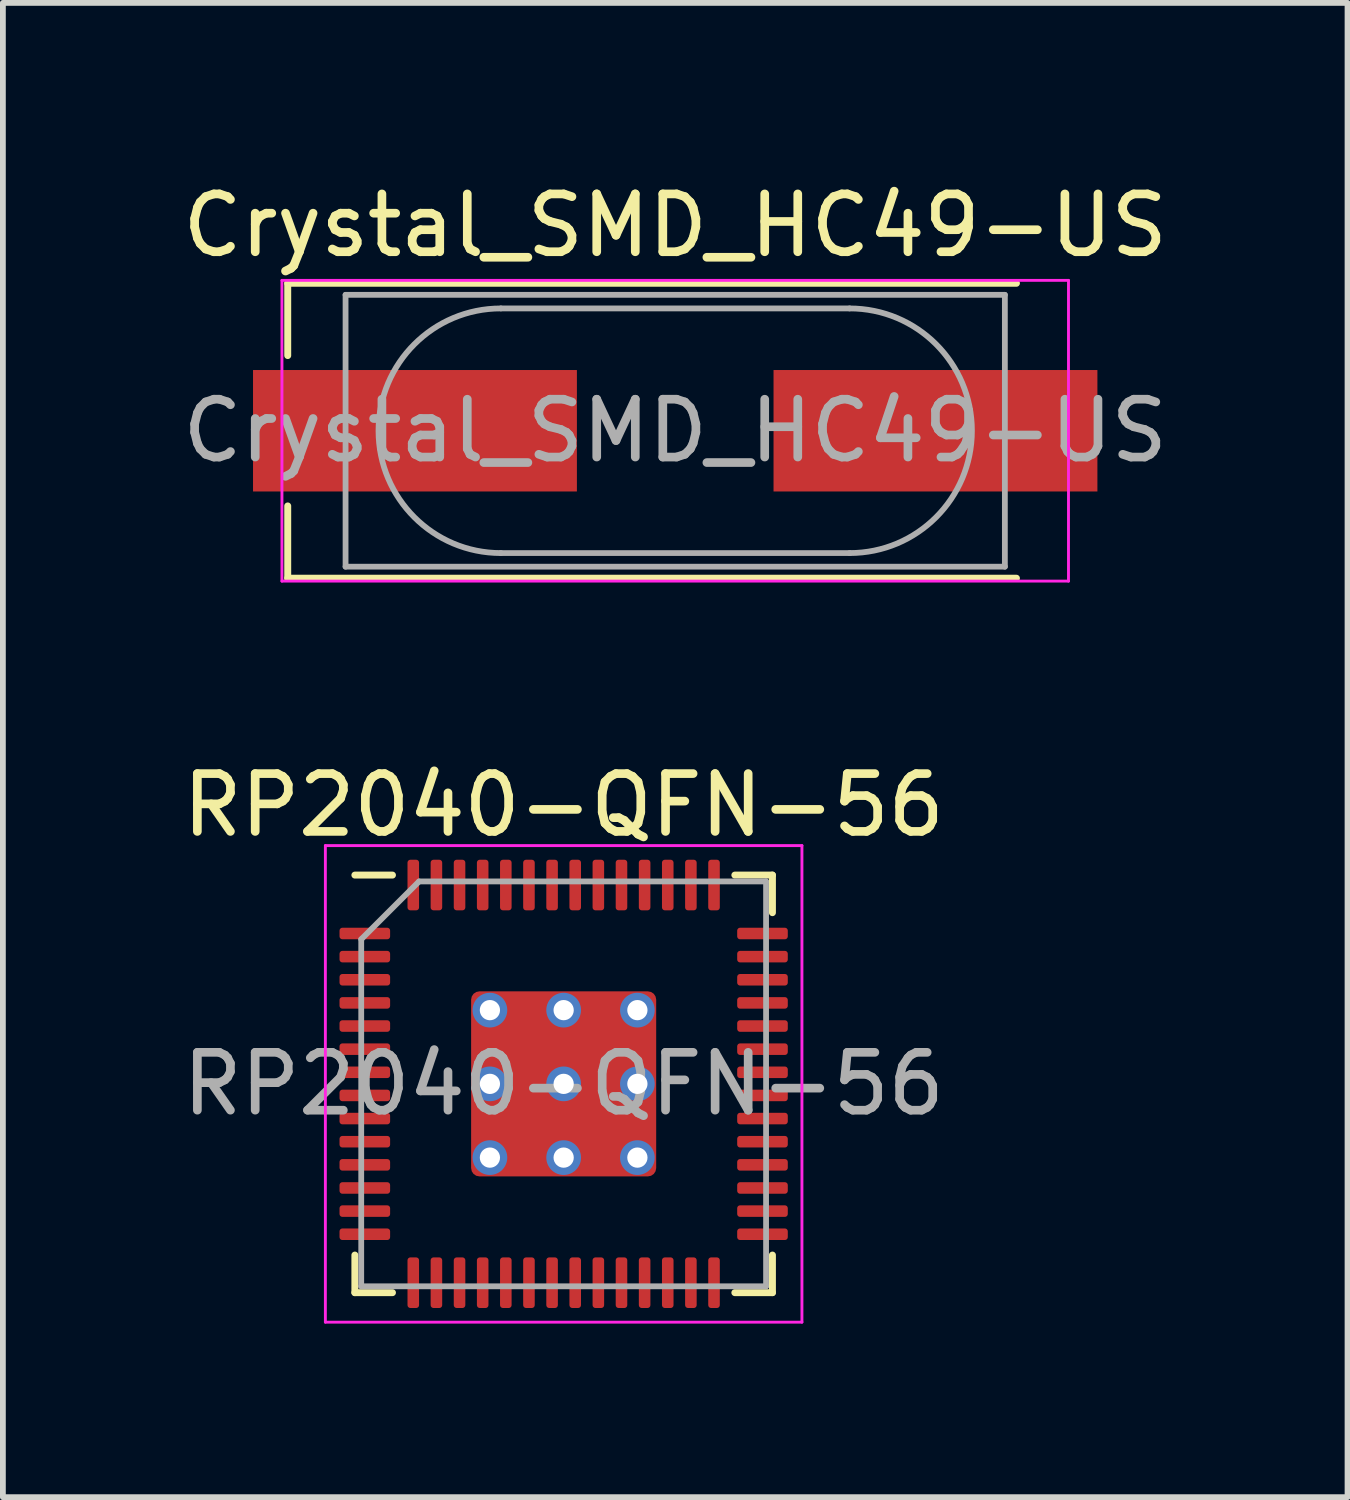
<source format=kicad_pcb>
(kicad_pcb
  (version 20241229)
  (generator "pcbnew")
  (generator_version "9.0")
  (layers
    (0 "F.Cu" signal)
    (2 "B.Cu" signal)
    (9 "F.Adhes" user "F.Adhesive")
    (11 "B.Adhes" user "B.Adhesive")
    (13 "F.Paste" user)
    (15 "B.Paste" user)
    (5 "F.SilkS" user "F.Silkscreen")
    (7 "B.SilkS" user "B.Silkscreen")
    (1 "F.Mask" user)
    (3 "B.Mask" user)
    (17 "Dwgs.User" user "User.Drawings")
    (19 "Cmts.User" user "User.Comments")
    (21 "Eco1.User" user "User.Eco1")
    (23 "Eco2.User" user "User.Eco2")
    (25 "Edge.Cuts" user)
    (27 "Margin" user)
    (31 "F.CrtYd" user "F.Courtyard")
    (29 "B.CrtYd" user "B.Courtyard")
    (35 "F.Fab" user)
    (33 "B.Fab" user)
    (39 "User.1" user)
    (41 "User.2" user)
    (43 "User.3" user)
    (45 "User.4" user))
  (footprint "Crystal_SMD_HC49-US"
    (layer "F.Cu")
    (at 8.625 4.398)
    (property "Reference" "Crystal_SMD_HC49-US" (at 0 -3.55 0) (layer "F.SilkS") (effects (font (size 1 1) (thickness 0.15))))
    (attr smd)
    (fp_line (start -6.7 -2.55) (end -6.7 -1.3) (stroke (width 0.12) (type solid)) (layer "F.SilkS"))
    (fp_line (start -6.7 1.3) (end -6.7 2.55) (stroke (width 0.12) (type solid)) (layer "F.SilkS"))
    (fp_line (start -6.7 2.55) (end 5.9 2.55) (stroke (width 0.12) (type solid)) (layer "F.SilkS"))
    (fp_line (start 5.9 -2.55) (end -6.7 -2.55) (stroke (width 0.12) (type solid)) (layer "F.SilkS"))
    (fp_line (start -6.8 -2.6) (end -6.8 2.6) (stroke (width 0.05) (type solid)) (layer "F.CrtYd"))
    (fp_line (start -6.8 2.6) (end 6.8 2.6) (stroke (width 0.05) (type solid)) (layer "F.CrtYd"))
    (fp_line (start 6.8 -2.6) (end -6.8 -2.6) (stroke (width 0.05) (type solid)) (layer "F.CrtYd"))
    (fp_line (start 6.8 2.6) (end 6.8 -2.6) (stroke (width 0.05) (type solid)) (layer "F.CrtYd"))
    (fp_line (start -5.7 -2.35) (end -5.7 2.35) (stroke (width 0.1) (type solid)) (layer "F.Fab"))
    (fp_line (start -5.7 2.35) (end 5.7 2.35) (stroke (width 0.1) (type solid)) (layer "F.Fab"))
    (fp_line (start -3.015 -2.115) (end 3.015 -2.115) (stroke (width 0.1) (type solid)) (layer "F.Fab"))
    (fp_line (start -3.015 2.115) (end 3.015 2.115) (stroke (width 0.1) (type solid)) (layer "F.Fab"))
    (fp_line (start 5.7 -2.35) (end -5.7 -2.35) (stroke (width 0.1) (type solid)) (layer "F.Fab"))
    (fp_line (start 5.7 2.35) (end 5.7 -2.35) (stroke (width 0.1) (type solid)) (layer "F.Fab"))
    (fp_arc (start -3.015 2.115) (mid -5.13 0) (end -3.015 -2.115) (stroke (width 0.1) (type solid)) (layer "F.Fab"))
    (fp_arc (start 3.015 -2.115) (mid 5.13 0) (end 3.015 2.115) (stroke (width 0.1) (type solid)) (layer "F.Fab"))
    (fp_text user "${REFERENCE}" (at 0 0 0) (layer "F.Fab") (effects (font (size 1 1) (thickness 0.15))))
    (pad "1" smd rect (at -4.5 0) (size 5.6 2.1) (layers "F.Cu" "F.Mask" "F.Paste"))
    (pad "2" smd rect (at 4.5 0) (size 5.6 2.1) (layers "F.Cu" "F.Mask" "F.Paste")))
  (footprint "RP2040-QFN-56"
    (layer "F.Cu")
    (at 6.696 15.691)
    (property "Reference" "RP2040-QFN-56" (at 0 -4.82 0) (layer "F.SilkS") (effects (font (size 1 1) (thickness 0.15))))
    (attr smd)
    (fp_line (start -3.61 3.61) (end -3.61 2.96) (stroke (width 0.12) (type solid)) (layer "F.SilkS"))
    (fp_line (start -2.96 -3.61) (end -3.61 -3.61) (stroke (width 0.12) (type solid)) (layer "F.SilkS"))
    (fp_line (start -2.96 3.61) (end -3.61 3.61) (stroke (width 0.12) (type solid)) (layer "F.SilkS"))
    (fp_line (start 2.96 -3.61) (end 3.61 -3.61) (stroke (width 0.12) (type solid)) (layer "F.SilkS"))
    (fp_line (start 2.96 3.61) (end 3.61 3.61) (stroke (width 0.12) (type solid)) (layer "F.SilkS"))
    (fp_line (start 3.61 -3.61) (end 3.61 -2.96) (stroke (width 0.12) (type solid)) (layer "F.SilkS"))
    (fp_line (start 3.61 3.61) (end 3.61 2.96) (stroke (width 0.12) (type solid)) (layer "F.SilkS"))
    (fp_line (start -4.12 -4.12) (end -4.12 4.12) (stroke (width 0.05) (type solid)) (layer "F.CrtYd"))
    (fp_line (start -4.12 4.12) (end 4.12 4.12) (stroke (width 0.05) (type solid)) (layer "F.CrtYd"))
    (fp_line (start 4.12 -4.12) (end -4.12 -4.12) (stroke (width 0.05) (type solid)) (layer "F.CrtYd"))
    (fp_line (start 4.12 4.12) (end 4.12 -4.12) (stroke (width 0.05) (type solid)) (layer "F.CrtYd"))
    (fp_line (start -3.5 -2.5) (end -2.5 -3.5) (stroke (width 0.1) (type solid)) (layer "F.Fab"))
    (fp_line (start -3.5 3.5) (end -3.5 -2.5) (stroke (width 0.1) (type solid)) (layer "F.Fab"))
    (fp_line (start -2.5 -3.5) (end 3.5 -3.5) (stroke (width 0.1) (type solid)) (layer "F.Fab"))
    (fp_line (start 3.5 -3.5) (end 3.5 3.5) (stroke (width 0.1) (type solid)) (layer "F.Fab"))
    (fp_line (start 3.5 3.5) (end -3.5 3.5) (stroke (width 0.1) (type solid)) (layer "F.Fab"))
    (fp_text user "${REFERENCE}" (at 0 0 0) (layer "F.Fab") (effects (font (size 1 1) (thickness 0.15))))
    (pad "" smd roundrect (at -0.637 -0.637) (size 1.084 1.084) (layers "F.Paste") (roundrect_rratio 0.231))
    (pad "" smd roundrect (at -0.637 0.637) (size 1.084 1.084) (layers "F.Paste") (roundrect_rratio 0.231))
    (pad "" smd roundrect (at 0.637 -0.637) (size 1.084 1.084) (layers "F.Paste") (roundrect_rratio 0.231))
    (pad "" smd roundrect (at 0.637 0.637) (size 1.084 1.084) (layers "F.Paste") (roundrect_rratio 0.231))
    (pad "1" smd roundrect (at -3.438 -2.6) (size 0.875 0.2) (layers "F.Cu" "F.Mask" "F.Paste") (roundrect_rratio 0.25))
    (pad "2" smd roundrect (at -3.438 -2.2) (size 0.875 0.2) (layers "F.Cu" "F.Mask" "F.Paste") (roundrect_rratio 0.25))
    (pad "3" smd roundrect (at -3.438 -1.8) (size 0.875 0.2) (layers "F.Cu" "F.Mask" "F.Paste") (roundrect_rratio 0.25))
    (pad "4" smd roundrect (at -3.438 -1.4) (size 0.875 0.2) (layers "F.Cu" "F.Mask" "F.Paste") (roundrect_rratio 0.25))
    (pad "5" smd roundrect (at -3.438 -1) (size 0.875 0.2) (layers "F.Cu" "F.Mask" "F.Paste") (roundrect_rratio 0.25))
    (pad "6" smd roundrect (at -3.438 -0.6) (size 0.875 0.2) (layers "F.Cu" "F.Mask" "F.Paste") (roundrect_rratio 0.25))
    (pad "7" smd roundrect (at -3.438 -0.2) (size 0.875 0.2) (layers "F.Cu" "F.Mask" "F.Paste") (roundrect_rratio 0.25))
    (pad "8" smd roundrect (at -3.438 0.2) (size 0.875 0.2) (layers "F.Cu" "F.Mask" "F.Paste") (roundrect_rratio 0.25))
    (pad "9" smd roundrect (at -3.438 0.6) (size 0.875 0.2) (layers "F.Cu" "F.Mask" "F.Paste") (roundrect_rratio 0.25))
    (pad "10" smd roundrect (at -3.438 1) (size 0.875 0.2) (layers "F.Cu" "F.Mask" "F.Paste") (roundrect_rratio 0.25))
    (pad "11" smd roundrect (at -3.438 1.4) (size 0.875 0.2) (layers "F.Cu" "F.Mask" "F.Paste") (roundrect_rratio 0.25))
    (pad "12" smd roundrect (at -3.438 1.8) (size 0.875 0.2) (layers "F.Cu" "F.Mask" "F.Paste") (roundrect_rratio 0.25))
    (pad "13" smd roundrect (at -3.438 2.2) (size 0.875 0.2) (layers "F.Cu" "F.Mask" "F.Paste") (roundrect_rratio 0.25))
    (pad "14" smd roundrect (at -3.438 2.6) (size 0.875 0.2) (layers "F.Cu" "F.Mask" "F.Paste") (roundrect_rratio 0.25))
    (pad "15" smd roundrect (at -2.6 3.438) (size 0.2 0.875) (layers "F.Cu" "F.Mask" "F.Paste") (roundrect_rratio 0.25))
    (pad "16" smd roundrect (at -2.2 3.438) (size 0.2 0.875) (layers "F.Cu" "F.Mask" "F.Paste") (roundrect_rratio 0.25))
    (pad "17" smd roundrect (at -1.8 3.438) (size 0.2 0.875) (layers "F.Cu" "F.Mask" "F.Paste") (roundrect_rratio 0.25))
    (pad "18" smd roundrect (at -1.4 3.438) (size 0.2 0.875) (layers "F.Cu" "F.Mask" "F.Paste") (roundrect_rratio 0.25))
    (pad "19" smd roundrect (at -1 3.438) (size 0.2 0.875) (layers "F.Cu" "F.Mask" "F.Paste") (roundrect_rratio 0.25))
    (pad "20" smd roundrect (at -0.6 3.438) (size 0.2 0.875) (layers "F.Cu" "F.Mask" "F.Paste") (roundrect_rratio 0.25))
    (pad "21" smd roundrect (at -0.2 3.438) (size 0.2 0.875) (layers "F.Cu" "F.Mask" "F.Paste") (roundrect_rratio 0.25))
    (pad "22" smd roundrect (at 0.2 3.438) (size 0.2 0.875) (layers "F.Cu" "F.Mask" "F.Paste") (roundrect_rratio 0.25))
    (pad "23" smd roundrect (at 0.6 3.438) (size 0.2 0.875) (layers "F.Cu" "F.Mask" "F.Paste") (roundrect_rratio 0.25))
    (pad "24" smd roundrect (at 1 3.438) (size 0.2 0.875) (layers "F.Cu" "F.Mask" "F.Paste") (roundrect_rratio 0.25))
    (pad "25" smd roundrect (at 1.4 3.438) (size 0.2 0.875) (layers "F.Cu" "F.Mask" "F.Paste") (roundrect_rratio 0.25))
    (pad "26" smd roundrect (at 1.8 3.438) (size 0.2 0.875) (layers "F.Cu" "F.Mask" "F.Paste") (roundrect_rratio 0.25))
    (pad "27" smd roundrect (at 2.2 3.438) (size 0.2 0.875) (layers "F.Cu" "F.Mask" "F.Paste") (roundrect_rratio 0.25))
    (pad "28" smd roundrect (at 2.6 3.438) (size 0.2 0.875) (layers "F.Cu" "F.Mask" "F.Paste") (roundrect_rratio 0.25))
    (pad "29" smd roundrect (at 3.438 2.6) (size 0.875 0.2) (layers "F.Cu" "F.Mask" "F.Paste") (roundrect_rratio 0.25))
    (pad "30" smd roundrect (at 3.438 2.2) (size 0.875 0.2) (layers "F.Cu" "F.Mask" "F.Paste") (roundrect_rratio 0.25))
    (pad "31" smd roundrect (at 3.438 1.8) (size 0.875 0.2) (layers "F.Cu" "F.Mask" "F.Paste") (roundrect_rratio 0.25))
    (pad "32" smd roundrect (at 3.438 1.4) (size 0.875 0.2) (layers "F.Cu" "F.Mask" "F.Paste") (roundrect_rratio 0.25))
    (pad "33" smd roundrect (at 3.438 1) (size 0.875 0.2) (layers "F.Cu" "F.Mask" "F.Paste") (roundrect_rratio 0.25))
    (pad "34" smd roundrect (at 3.438 0.6) (size 0.875 0.2) (layers "F.Cu" "F.Mask" "F.Paste") (roundrect_rratio 0.25))
    (pad "35" smd roundrect (at 3.438 0.2) (size 0.875 0.2) (layers "F.Cu" "F.Mask" "F.Paste") (roundrect_rratio 0.25))
    (pad "36" smd roundrect (at 3.438 -0.2) (size 0.875 0.2) (layers "F.Cu" "F.Mask" "F.Paste") (roundrect_rratio 0.25))
    (pad "37" smd roundrect (at 3.438 -0.6) (size 0.875 0.2) (layers "F.Cu" "F.Mask" "F.Paste") (roundrect_rratio 0.25))
    (pad "38" smd roundrect (at 3.438 -1) (size 0.875 0.2) (layers "F.Cu" "F.Mask" "F.Paste") (roundrect_rratio 0.25))
    (pad "39" smd roundrect (at 3.438 -1.4) (size 0.875 0.2) (layers "F.Cu" "F.Mask" "F.Paste") (roundrect_rratio 0.25))
    (pad "40" smd roundrect (at 3.438 -1.8) (size 0.875 0.2) (layers "F.Cu" "F.Mask" "F.Paste") (roundrect_rratio 0.25))
    (pad "41" smd roundrect (at 3.438 -2.2) (size 0.875 0.2) (layers "F.Cu" "F.Mask" "F.Paste") (roundrect_rratio 0.25))
    (pad "42" smd roundrect (at 3.438 -2.6) (size 0.875 0.2) (layers "F.Cu" "F.Mask" "F.Paste") (roundrect_rratio 0.25))
    (pad "43" smd roundrect (at 2.6 -3.438) (size 0.2 0.875) (layers "F.Cu" "F.Mask" "F.Paste") (roundrect_rratio 0.25))
    (pad "44" smd roundrect (at 2.2 -3.438) (size 0.2 0.875) (layers "F.Cu" "F.Mask" "F.Paste") (roundrect_rratio 0.25))
    (pad "45" smd roundrect (at 1.8 -3.438) (size 0.2 0.875) (layers "F.Cu" "F.Mask" "F.Paste") (roundrect_rratio 0.25))
    (pad "46" smd roundrect (at 1.4 -3.438) (size 0.2 0.875) (layers "F.Cu" "F.Mask" "F.Paste") (roundrect_rratio 0.25))
    (pad "47" smd roundrect (at 1 -3.438) (size 0.2 0.875) (layers "F.Cu" "F.Mask" "F.Paste") (roundrect_rratio 0.25))
    (pad "48" smd roundrect (at 0.6 -3.438) (size 0.2 0.875) (layers "F.Cu" "F.Mask" "F.Paste") (roundrect_rratio 0.25))
    (pad "49" smd roundrect (at 0.2 -3.438) (size 0.2 0.875) (layers "F.Cu" "F.Mask" "F.Paste") (roundrect_rratio 0.25))
    (pad "50" smd roundrect (at -0.2 -3.438) (size 0.2 0.875) (layers "F.Cu" "F.Mask" "F.Paste") (roundrect_rratio 0.25))
    (pad "51" smd roundrect (at -0.6 -3.438) (size 0.2 0.875) (layers "F.Cu" "F.Mask" "F.Paste") (roundrect_rratio 0.25))
    (pad "52" smd roundrect (at -1 -3.438) (size 0.2 0.875) (layers "F.Cu" "F.Mask" "F.Paste") (roundrect_rratio 0.25))
    (pad "53" smd roundrect (at -1.4 -3.438) (size 0.2 0.875) (layers "F.Cu" "F.Mask" "F.Paste") (roundrect_rratio 0.25))
    (pad "54" smd roundrect (at -1.8 -3.438) (size 0.2 0.875) (layers "F.Cu" "F.Mask" "F.Paste") (roundrect_rratio 0.25))
    (pad "55" smd roundrect (at -2.2 -3.438) (size 0.2 0.875) (layers "F.Cu" "F.Mask" "F.Paste") (roundrect_rratio 0.25))
    (pad "56" smd roundrect (at -2.6 -3.438) (size 0.2 0.875) (layers "F.Cu" "F.Mask" "F.Paste") (roundrect_rratio 0.25))
    (pad "57" thru_hole circle (at -1.275 -1.275) (size 0.6 0.6) (drill 0.35) (layers "*.Cu"))
    (pad "57" thru_hole circle (at -1.275 0) (size 0.6 0.6) (drill 0.35) (layers "*.Cu"))
    (pad "57" thru_hole circle (at -1.275 1.275) (size 0.6 0.6) (drill 0.35) (layers "*.Cu"))
    (pad "57" thru_hole circle (at 0 -1.275) (size 0.6 0.6) (drill 0.35) (layers "*.Cu"))
    (pad "57" thru_hole circle (at 0 0) (size 0.6 0.6) (drill 0.35) (layers "*.Cu"))
    (pad "57" smd roundrect (at 0 0) (size 3.2 3.2) (layers "F.Cu" "F.Mask") (roundrect_rratio 0.045))
    (pad "57" thru_hole circle (at 0 1.275) (size 0.6 0.6) (drill 0.35) (layers "*.Cu"))
    (pad "57" thru_hole circle (at 1.275 -1.275) (size 0.6 0.6) (drill 0.35) (layers "*.Cu"))
    (pad "57" thru_hole circle (at 1.275 0) (size 0.6 0.6) (drill 0.35) (layers "*.Cu"))
    (pad "57" thru_hole circle (at 1.275 1.275) (size 0.6 0.6) (drill 0.35) (layers "*.Cu")))
  (gr_rect
    (start -3 -3)
    (end 20.25 22.837)
    (stroke (width 0.1) (type default))
    (fill no)
    (layer "Edge.Cuts")))
</source>
